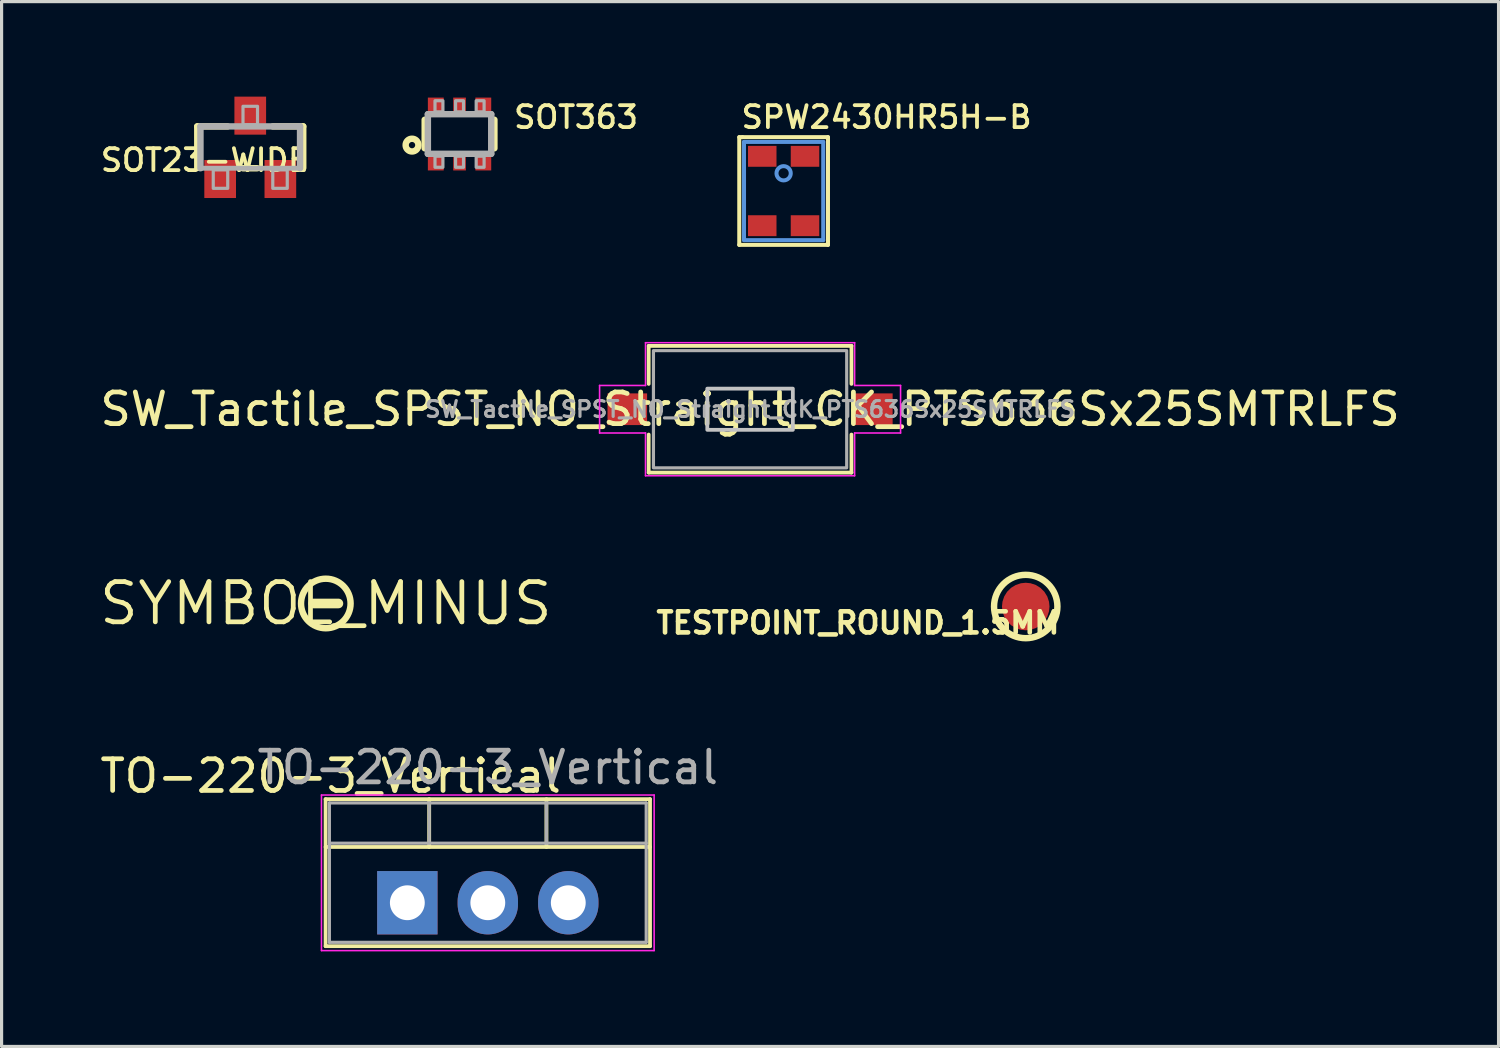
<source format=kicad_pcb>
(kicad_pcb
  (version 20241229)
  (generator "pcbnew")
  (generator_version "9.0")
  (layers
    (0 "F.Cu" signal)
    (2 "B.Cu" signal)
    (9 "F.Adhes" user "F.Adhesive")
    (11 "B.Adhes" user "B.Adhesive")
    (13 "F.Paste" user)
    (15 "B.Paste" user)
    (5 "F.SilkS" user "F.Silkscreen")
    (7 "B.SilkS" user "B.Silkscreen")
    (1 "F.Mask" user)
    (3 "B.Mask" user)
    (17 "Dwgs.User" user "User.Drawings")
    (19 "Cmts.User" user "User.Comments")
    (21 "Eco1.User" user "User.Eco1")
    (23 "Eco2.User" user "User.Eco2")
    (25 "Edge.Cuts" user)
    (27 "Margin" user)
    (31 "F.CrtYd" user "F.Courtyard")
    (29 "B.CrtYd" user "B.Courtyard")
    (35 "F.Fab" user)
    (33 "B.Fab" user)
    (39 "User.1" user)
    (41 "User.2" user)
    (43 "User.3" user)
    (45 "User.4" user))
  (footprint "SOT363"
    (layer "F.Cu")
    (at 11.455 1.18)
    (property "Reference" "SOT363" (at 1.651 -0.127 0) (layer "F.SilkS") (effects (font (size 0.693 0.693) (thickness 0.12)) (justify left bottom)))
    (fp_line (start -1.1 -0.45) (end -1.1 0.45) (stroke (width 0.203) (type solid)) (layer "F.SilkS"))
    (fp_line (start 1.1 -0.45) (end 1.1 0.45) (stroke (width 0.203) (type solid)) (layer "F.SilkS"))
    (fp_circle (center -1.5 0.35) (end -1.4 0.35) (stroke (width 0.203) (type solid)) (fill no) (layer "F.SilkS"))
    (fp_line (start -1 -0.625) (end 1 -0.625) (stroke (width 0.203) (type solid)) (layer "F.Fab"))
    (fp_line (start -1 0.625) (end -1 -0.625) (stroke (width 0.203) (type solid)) (layer "F.Fab"))
    (fp_line (start 1 -0.625) (end 1 0.625) (stroke (width 0.203) (type solid)) (layer "F.Fab"))
    (fp_line (start 1 0.625) (end -1 0.625) (stroke (width 0.203) (type solid)) (layer "F.Fab"))
    (fp_poly (pts (xy -0.775 -0.7) (xy -0.525 -0.7) (xy -0.525 -1.05) (xy -0.775 -1.05)) (stroke (width 0.1) (type default)) (fill no) (layer "F.Fab"))
    (fp_poly (pts (xy -0.775 1.05) (xy -0.525 1.05) (xy -0.525 0.7) (xy -0.775 0.7)) (stroke (width 0.1) (type default)) (fill no) (layer "F.Fab"))
    (fp_poly (pts (xy -0.125 -0.7) (xy 0.125 -0.7) (xy 0.125 -1.05) (xy -0.125 -1.05)) (stroke (width 0.1) (type default)) (fill no) (layer "F.Fab"))
    (fp_poly (pts (xy -0.125 1.05) (xy 0.125 1.05) (xy 0.125 0.7) (xy -0.125 0.7)) (stroke (width 0.1) (type default)) (fill no) (layer "F.Fab"))
    (fp_poly (pts (xy 0.525 -0.7) (xy 0.775 -0.7) (xy 0.775 -1.05) (xy 0.525 -1.05)) (stroke (width 0.1) (type default)) (fill no) (layer "F.Fab"))
    (fp_poly (pts (xy 0.525 1.05) (xy 0.775 1.05) (xy 0.775 0.7) (xy 0.525 0.7)) (stroke (width 0.1) (type default)) (fill no) (layer "F.Fab"))
    (pad "1" smd rect (at -0.75 0.9) (size 0.5 0.5) (layers "F.Cu" "F.Mask" "F.Paste"))
    (pad "2" smd rect (at 0 0.9) (size 0.4 0.5) (layers "F.Cu" "F.Mask" "F.Paste"))
    (pad "3" smd rect (at 0.75 0.9) (size 0.5 0.5) (layers "F.Cu" "F.Mask" "F.Paste"))
    (pad "4" smd rect (at 0.75 -0.9) (size 0.5 0.5) (layers "F.Cu" "F.Mask" "F.Paste"))
    (pad "5" smd rect (at 0 -0.9) (size 0.4 0.5) (layers "F.Cu" "F.Mask" "F.Paste"))
    (pad "6" smd rect (at -0.75 -0.9) (size 0.5 0.5) (layers "F.Cu" "F.Mask" "F.Paste")))
  (footprint "SYMBOL_MINUS"
    (layer "F.Cu")
    (at 7.234 15.998)
    (property "Reference" "SYMBOL_MINUS" (at 0 0 0) (layer "F.SilkS") (effects (font (size 1.27 1.27) (thickness 0.15))))
    (fp_line (start 0.397 0) (end -0.397 0) (stroke (width 0.305) (type solid)) (layer "F.SilkS"))
    (fp_circle (center 0 0) (end 0.782 0) (stroke (width 0.203) (type solid)) (fill no) (layer "F.SilkS")))
  (footprint "SOT23-WIDE"
    (layer "F.Cu")
    (at 4.849 1.6)
    (property "Reference" "SOT23-WIDE" (at 1.905 0 180) (layer "F.SilkS") (effects (font (size 0.693 0.693) (thickness 0.12)) (justify right top)))
    (fp_line (start -1.672 -0.66) (end -0.714 -0.66) (stroke (width 0.203) (type solid)) (layer "F.SilkS"))
    (fp_line (start -1.672 0.652) (end -1.672 -0.66) (stroke (width 0.203) (type solid)) (layer "F.SilkS"))
    (fp_line (start 0.222 0.66) (end -0.236 0.66) (stroke (width 0.203) (type solid)) (layer "F.SilkS"))
    (fp_line (start 0.714 -0.66) (end 1.672 -0.66) (stroke (width 0.203) (type solid)) (layer "F.SilkS"))
    (fp_line (start 1.672 -0.66) (end 1.672 0.652) (stroke (width 0.203) (type solid)) (layer "F.SilkS"))
    (fp_line (start -1.572 -0.66) (end 1.572 -0.66) (stroke (width 0.203) (type solid)) (layer "F.Fab"))
    (fp_line (start -1.572 0.66) (end -1.572 -0.66) (stroke (width 0.203) (type solid)) (layer "F.Fab"))
    (fp_line (start 1.572 -0.66) (end 1.572 0.66) (stroke (width 0.203) (type solid)) (layer "F.Fab"))
    (fp_line (start 1.572 0.66) (end -1.572 0.66) (stroke (width 0.152) (type solid)) (layer "F.Fab"))
    (fp_poly (pts (xy -1.168 1.295) (xy -0.711 1.295) (xy -0.711 0.711) (xy -1.168 0.711)) (stroke (width 0.1) (type default)) (fill no) (layer "F.Fab"))
    (fp_poly (pts (xy -0.229 -0.711) (xy 0.229 -0.711) (xy 0.229 -1.295) (xy -0.229 -1.295)) (stroke (width 0.1) (type default)) (fill no) (layer "F.Fab"))
    (fp_poly (pts (xy 0.711 1.295) (xy 1.168 1.295) (xy 1.168 0.711) (xy 0.711 0.711)) (stroke (width 0.1) (type default)) (fill no) (layer "F.Fab"))
    (pad "1" smd rect (at -0.95 1) (size 1 1.2) (layers "F.Cu" "F.Mask" "F.Paste"))
    (pad "2" smd rect (at 0.95 1) (size 1 1.2) (layers "F.Cu" "F.Mask" "F.Paste"))
    (pad "3" smd rect (at 0 -1) (size 1 1.2) (layers "F.Cu" "F.Mask" "F.Paste")))
  (footprint "TESTPOINT_ROUND_1.5MM"
    (layer "F.Cu")
    (at 29.326 16.094)
    (property "Reference" "TESTPOINT_ROUND_1.5MM" (at 1.143 0.127 0) (layer "F.SilkS") (effects (font (size 0.666 0.666) (thickness 0.146)) (justify right top)))
    (fp_circle (center 0 0) (end 1 0) (stroke (width 0.203) (type solid)) (fill no) (layer "F.SilkS"))
    (pad "P$1" smd roundrect (at 0 0 180) (size 1.5 1.5) (layers "F.Cu" "F.Mask") (roundrect_rratio 0.5)))
  (footprint "SW_Tactile_SPST_NO_Straight_CK_PTS636Sx25SMTRLFS"
    (layer "F.Cu")
    (at 20.625 9.867)
    (property "Reference" "SW_Tactile_SPST_NO_Straight_CK_PTS636Sx25SMTRLFS" (at 0 0 0) (unlocked yes) (layer "F.SilkS") (effects (font (size 1 1) (thickness 0.15))))
    (attr smd)
    (fp_line (start -3.2 -2) (end -3.2 -0.8) (stroke (width 0.12) (type solid)) (layer "F.SilkS"))
    (fp_line (start -3.2 0.8) (end -3.2 2) (stroke (width 0.12) (type solid)) (layer "F.SilkS"))
    (fp_line (start -3.2 2) (end 3.2 2) (stroke (width 0.12) (type solid)) (layer "F.SilkS"))
    (fp_line (start 3.2 -2) (end -3.2 -2) (stroke (width 0.12) (type solid)) (layer "F.SilkS"))
    (fp_line (start 3.2 -0.8) (end 3.2 -2) (stroke (width 0.12) (type solid)) (layer "F.SilkS"))
    (fp_line (start 3.2 2) (end 3.2 0.8) (stroke (width 0.12) (type solid)) (layer "F.SilkS"))
    (fp_rect (start -1.35 -0.65) (end 1.35 0.65) (stroke (width 0.12) (type solid)) (fill no) (layer "Dwgs.User"))
    (fp_line (start -4.75 -0.75) (end -3.3 -0.75) (stroke (width 0.05) (type solid)) (layer "F.CrtYd"))
    (fp_line (start -4.75 0.75) (end -4.75 -0.75) (stroke (width 0.05) (type solid)) (layer "F.CrtYd"))
    (fp_line (start -3.3 -2.1) (end 3.3 -2.1) (stroke (width 0.05) (type solid)) (layer "F.CrtYd"))
    (fp_line (start -3.3 -0.75) (end -3.3 -2.1) (stroke (width 0.05) (type solid)) (layer "F.CrtYd"))
    (fp_line (start -3.3 0.75) (end -4.75 0.75) (stroke (width 0.05) (type solid)) (layer "F.CrtYd"))
    (fp_line (start -3.3 2.1) (end -3.3 0.75) (stroke (width 0.05) (type solid)) (layer "F.CrtYd"))
    (fp_line (start 3.3 -2.1) (end 3.3 -0.75) (stroke (width 0.05) (type solid)) (layer "F.CrtYd"))
    (fp_line (start 3.3 -0.75) (end 4.75 -0.75) (stroke (width 0.05) (type solid)) (layer "F.CrtYd"))
    (fp_line (start 3.3 0.75) (end 3.3 2.1) (stroke (width 0.05) (type solid)) (layer "F.CrtYd"))
    (fp_line (start 3.3 2.1) (end -3.3 2.1) (stroke (width 0.05) (type solid)) (layer "F.CrtYd"))
    (fp_line (start 4.75 -0.75) (end 4.75 0.75) (stroke (width 0.05) (type solid)) (layer "F.CrtYd"))
    (fp_line (start 4.75 0.75) (end 3.3 0.75) (stroke (width 0.05) (type solid)) (layer "F.CrtYd"))
    (fp_rect (start -3.05 -1.85) (end 3.05 1.85) (stroke (width 0.1) (type solid)) (fill no) (layer "F.Fab"))
    (fp_text user "${REFERENCE}" (at 0 0 0) (unlocked yes) (layer "F.Fab") (effects (font (size 0.5 0.5) (thickness 0.1))))
    (pad "1" smd rect (at -3.875 0) (size 1.25 1) (layers "F.Cu" "F.Mask" "F.Paste"))
    (pad "2" smd rect (at 3.875 0) (size 1.25 1) (layers "F.Cu" "F.Mask" "F.Paste")))
  (footprint "SPW2430HR5H-B"
    (layer "F.Cu")
    (at 21.684 2.979)
    (property "Reference" "SPW2430HR5H-B" (at -1.4 -1.926 0) (layer "F.SilkS") (effects (font (size 0.693 0.693) (thickness 0.12)) (justify left bottom)))
    (fp_line (start -1.4 -1.7) (end -1.3 -1.7) (stroke (width 0.127) (type solid)) (layer "F.SilkS"))
    (fp_line (start -1.4 1.7) (end -1.4 -1.7) (stroke (width 0.127) (type solid)) (layer "F.SilkS"))
    (fp_line (start -1.3 -1.7) (end 1.4 -1.7) (stroke (width 0.127) (type solid)) (layer "F.SilkS"))
    (fp_line (start 1.4 -1.7) (end 1.4 1.7) (stroke (width 0.127) (type solid)) (layer "F.SilkS"))
    (fp_line (start 1.4 1.7) (end -1.4 1.7) (stroke (width 0.127) (type solid)) (layer "F.SilkS"))
    (fp_line (start -1.25 -1.55) (end 1.25 -1.55) (stroke (width 0.127) (type solid)) (layer "Cmts.User"))
    (fp_line (start -1.25 1.55) (end -1.25 -1.55) (stroke (width 0.127) (type solid)) (layer "Cmts.User"))
    (fp_line (start 1.25 -1.55) (end 1.25 1.55) (stroke (width 0.127) (type solid)) (layer "Cmts.User"))
    (fp_line (start 1.25 1.55) (end -1.25 1.55) (stroke (width 0.127) (type solid)) (layer "Cmts.User"))
    (fp_circle (center 0 -0.56) (end 0.225 -0.56) (stroke (width 0.127) (type solid)) (fill no) (layer "Cmts.User"))
    (pad "1" smd rect (at -0.675 -1.095) (size 0.9 0.66) (layers "F.Cu" "F.Mask" "F.Paste"))
    (pad "2" smd rect (at -0.675 1.095) (size 0.9 0.66) (layers "F.Cu" "F.Mask" "F.Paste"))
    (pad "3" smd rect (at 0.675 1.095) (size 0.9 0.66) (layers "F.Cu" "F.Mask" "F.Paste"))
    (pad "4" smd rect (at 0.675 -1.095) (size 0.9 0.66) (layers "F.Cu" "F.Mask" "F.Paste")))
  (footprint "TO-220-3_Vertical"
    (layer "F.Cu")
    (at 9.807 25.444)
    (property "Reference" "TO-220-3_Vertical" (at -2.42 -4 180) (layer "F.SilkS") (effects (font (size 1 1) (thickness 0.15))))
    (attr through_hole)
    (fp_line (start -2.58 -3.27) (end -2.58 1.371) (stroke (width 0.12) (type solid)) (layer "F.SilkS"))
    (fp_line (start -2.58 -3.27) (end 7.66 -3.27) (stroke (width 0.12) (type solid)) (layer "F.SilkS"))
    (fp_line (start -2.58 -1.76) (end 7.66 -1.76) (stroke (width 0.12) (type solid)) (layer "F.SilkS"))
    (fp_line (start -2.58 1.371) (end 7.66 1.371) (stroke (width 0.12) (type solid)) (layer "F.SilkS"))
    (fp_line (start 0.69 -3.27) (end 0.69 -1.76) (stroke (width 0.12) (type solid)) (layer "F.SilkS"))
    (fp_line (start 4.391 -3.27) (end 4.391 -1.76) (stroke (width 0.12) (type solid)) (layer "F.SilkS"))
    (fp_line (start 7.66 -3.27) (end 7.66 1.371) (stroke (width 0.12) (type solid)) (layer "F.SilkS"))
    (fp_line (start -2.71 -3.4) (end -2.71 1.51) (stroke (width 0.05) (type solid)) (layer "F.CrtYd"))
    (fp_line (start -2.71 1.51) (end 7.79 1.51) (stroke (width 0.05) (type solid)) (layer "F.CrtYd"))
    (fp_line (start 7.79 -3.4) (end -2.71 -3.4) (stroke (width 0.05) (type solid)) (layer "F.CrtYd"))
    (fp_line (start 7.79 1.51) (end 7.79 -3.4) (stroke (width 0.05) (type solid)) (layer "F.CrtYd"))
    (fp_line (start -2.46 -3.15) (end -2.46 1.25) (stroke (width 0.1) (type solid)) (layer "F.Fab"))
    (fp_line (start -2.46 -1.88) (end 7.54 -1.88) (stroke (width 0.1) (type solid)) (layer "F.Fab"))
    (fp_line (start -2.46 1.25) (end 7.54 1.25) (stroke (width 0.1) (type solid)) (layer "F.Fab"))
    (fp_line (start 0.69 -3.15) (end 0.69 -1.88) (stroke (width 0.1) (type solid)) (layer "F.Fab"))
    (fp_line (start 4.39 -3.15) (end 4.39 -1.88) (stroke (width 0.1) (type solid)) (layer "F.Fab"))
    (fp_line (start 7.54 -3.15) (end -2.46 -3.15) (stroke (width 0.1) (type solid)) (layer "F.Fab"))
    (fp_line (start 7.54 1.25) (end 7.54 -3.15) (stroke (width 0.1) (type solid)) (layer "F.Fab"))
    (fp_text user "${REFERENCE}" (at 2.54 -4.27 0) (layer "F.Fab") (effects (font (size 1 1) (thickness 0.15))))
    (pad "1" thru_hole rect (at 0 0) (size 1.905 2) (drill 1.1) (layers "*.Cu" "*.Mask"))
    (pad "2" thru_hole oval (at 2.54 0) (size 1.905 2) (drill 1.1) (layers "*.Cu" "*.Mask"))
    (pad "3" thru_hole oval (at 5.08 0) (size 1.905 2) (drill 1.1) (layers "*.Cu" "*.Mask")))
  (gr_rect
    (start -3 -3)
    (end 44.25 29.979)
    (stroke (width 0.1) (type default))
    (fill no)
    (layer "Edge.Cuts")))
</source>
